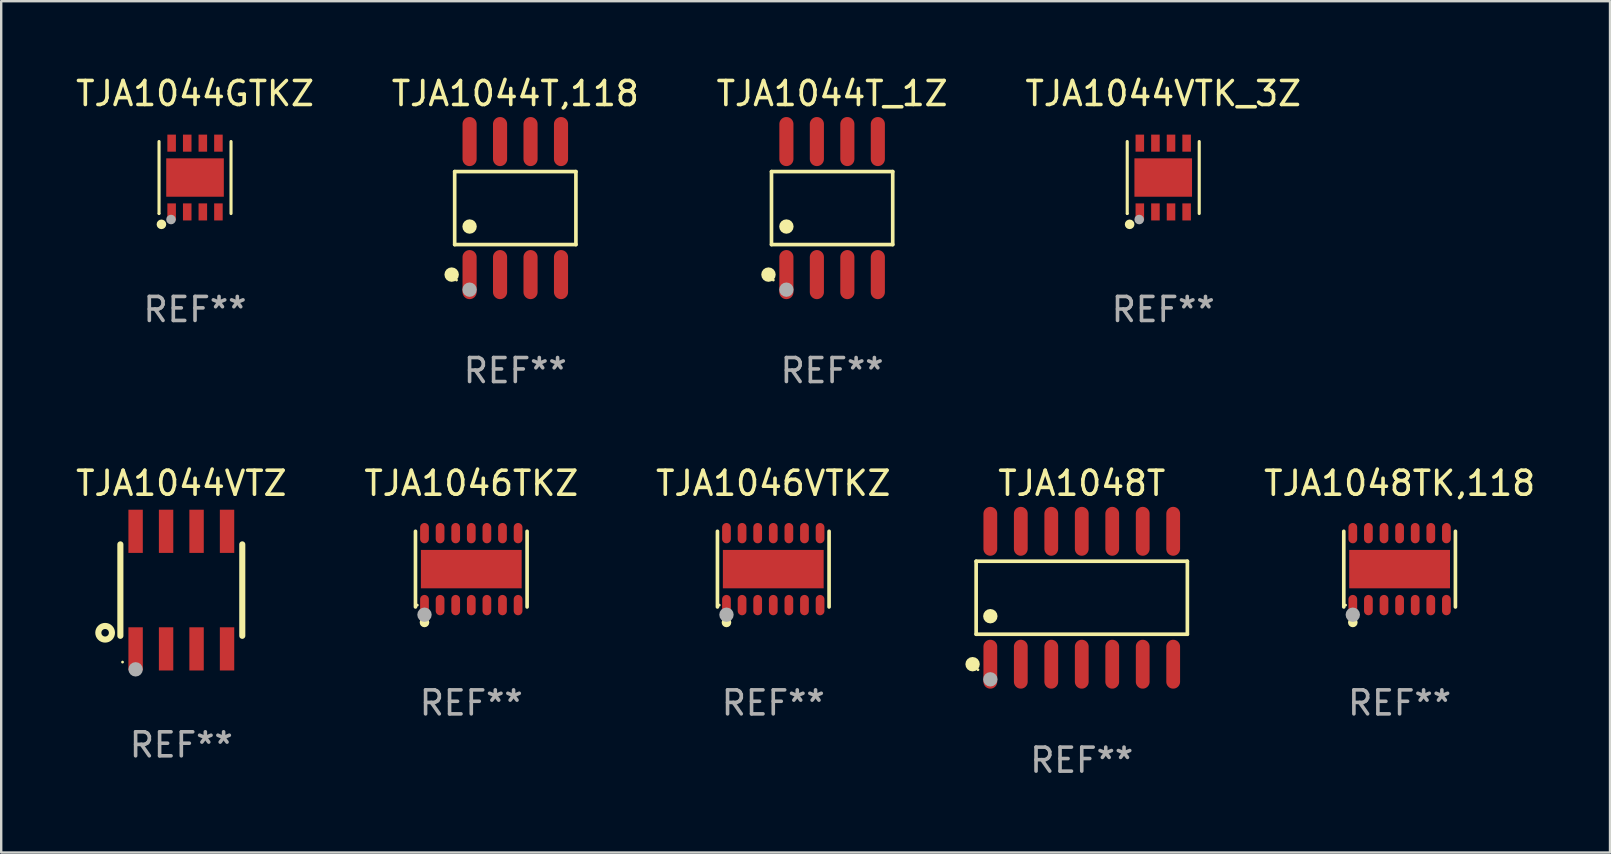
<source format=kicad_pcb>
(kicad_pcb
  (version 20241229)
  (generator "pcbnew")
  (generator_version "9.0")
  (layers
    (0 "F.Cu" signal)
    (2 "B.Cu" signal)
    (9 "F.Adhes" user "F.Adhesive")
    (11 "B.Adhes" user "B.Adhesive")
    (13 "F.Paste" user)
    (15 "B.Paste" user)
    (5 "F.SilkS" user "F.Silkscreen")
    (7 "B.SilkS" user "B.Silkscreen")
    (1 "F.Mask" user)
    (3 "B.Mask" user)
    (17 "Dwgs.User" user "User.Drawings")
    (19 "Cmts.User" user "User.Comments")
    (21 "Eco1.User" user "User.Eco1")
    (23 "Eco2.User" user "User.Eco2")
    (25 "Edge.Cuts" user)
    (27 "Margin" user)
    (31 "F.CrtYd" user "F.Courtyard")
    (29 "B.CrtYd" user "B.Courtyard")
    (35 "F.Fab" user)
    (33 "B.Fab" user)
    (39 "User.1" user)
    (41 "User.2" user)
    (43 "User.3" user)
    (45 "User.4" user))
  (footprint "TJA1044VTZ"
    (layer "F.Cu")
    (at 4.506 21.54)
    (property "Reference" "TJA1044VTZ" (at 0 -4.45 0) (layer "F.SilkS") (effects (font (size 1 1) (thickness 0.15))))
    (attr through_hole)
    (fp_line (start -2.54 -1.905) (end -2.54 1.905) (stroke (width 0.254) (type solid)) (layer "F.SilkS"))
    (fp_line (start 2.54 -1.905) (end 2.54 1.905) (stroke (width 0.254) (type solid)) (layer "F.SilkS"))
    (fp_circle (center -3.175 1.778) (end -2.891 1.778) (stroke (width 0.254) (type solid)) (fill no) (layer "F.SilkS"))
    (fp_circle (center -2.45 3) (end -2.42 3) (stroke (width 0.06) (type solid)) (fill no) (layer "F.SilkS"))
    (fp_circle (center -1.905 3.302) (end -1.755 3.302) (stroke (width 0.3) (type solid)) (fill no) (layer "F.Fab"))
    (fp_text user "REF**" (at 0 6.45 0) (layer "F.Fab") (effects (font (size 1 1) (thickness 0.15))))
    (pad "1" smd rect (at -1.905 2.45) (size 0.6 1.8) (layers "F.Cu" "F.Mask" "F.Paste"))
    (pad "2" smd rect (at -0.635 2.45) (size 0.6 1.8) (layers "F.Cu" "F.Mask" "F.Paste"))
    (pad "3" smd rect (at 0.635 2.45) (size 0.6 1.8) (layers "F.Cu" "F.Mask" "F.Paste"))
    (pad "4" smd rect (at 1.905 2.45) (size 0.6 1.8) (layers "F.Cu" "F.Mask" "F.Paste"))
    (pad "5" smd rect (at 1.905 -2.45 180) (size 0.6 1.8) (layers "F.Cu" "F.Mask" "F.Paste"))
    (pad "6" smd rect (at 0.635 -2.45 180) (size 0.6 1.8) (layers "F.Cu" "F.Mask" "F.Paste"))
    (pad "7" smd rect (at -0.635 -2.45 180) (size 0.6 1.8) (layers "F.Cu" "F.Mask" "F.Paste"))
    (pad "8" smd rect (at -1.905 -2.45 180) (size 0.6 1.8) (layers "F.Cu" "F.Mask" "F.Paste")))
  (footprint "TJA1044T_1Z"
    (layer "F.Cu")
    (at 31.625 5.621)
    (property "Reference" "TJA1044T_1Z" (at 0 -4.772 0) (layer "F.SilkS") (effects (font (size 1 1) (thickness 0.15))))
    (attr through_hole)
    (fp_line (start -2.526 -1.521) (end 2.526 -1.521) (stroke (width 0.152) (type solid)) (layer "F.SilkS"))
    (fp_line (start -2.526 1.521) (end -2.526 -1.521) (stroke (width 0.152) (type solid)) (layer "F.SilkS"))
    (fp_line (start 2.526 -1.521) (end 2.526 1.521) (stroke (width 0.152) (type solid)) (layer "F.SilkS"))
    (fp_line (start 2.526 1.521) (end -2.526 1.521) (stroke (width 0.152) (type solid)) (layer "F.SilkS"))
    (fp_circle (center -2.652 2.772) (end -2.501 2.772) (stroke (width 0.3) (type solid)) (fill no) (layer "F.SilkS"))
    (fp_circle (center -2.45 3) (end -2.42 3) (stroke (width 0.06) (type solid)) (fill no) (layer "F.SilkS"))
    (fp_circle (center -1.905 0.769) (end -1.755 0.769) (stroke (width 0.3) (type solid)) (fill no) (layer "F.SilkS"))
    (fp_circle (center -1.905 3.4) (end -1.755 3.4) (stroke (width 0.3) (type solid)) (fill no) (layer "F.Fab"))
    (fp_text user "REF**" (at 0 6.772 0) (layer "F.Fab") (effects (font (size 1 1) (thickness 0.15))))
    (pad "1" smd oval (at -1.905 2.772) (size 0.588 2.045) (layers "F.Cu" "F.Mask" "F.Paste"))
    (pad "2" smd oval (at -0.635 2.772) (size 0.588 2.045) (layers "F.Cu" "F.Mask" "F.Paste"))
    (pad "3" smd oval (at 0.635 2.772) (size 0.588 2.045) (layers "F.Cu" "F.Mask" "F.Paste"))
    (pad "4" smd oval (at 1.905 2.772) (size 0.588 2.045) (layers "F.Cu" "F.Mask" "F.Paste"))
    (pad "5" smd oval (at 1.905 -2.772) (size 0.588 2.045) (layers "F.Cu" "F.Mask" "F.Paste"))
    (pad "6" smd oval (at 0.635 -2.772) (size 0.588 2.045) (layers "F.Cu" "F.Mask" "F.Paste"))
    (pad "7" smd oval (at -0.635 -2.772) (size 0.588 2.045) (layers "F.Cu" "F.Mask" "F.Paste"))
    (pad "8" smd oval (at -1.905 -2.772) (size 0.588 2.045) (layers "F.Cu" "F.Mask" "F.Paste")))
  (footprint "TJA1048T"
    (layer "F.Cu")
    (at 42.028 21.859)
    (property "Reference" "TJA1048T" (at 0 -4.769 0) (layer "F.SilkS") (effects (font (size 1 1) (thickness 0.15))))
    (attr through_hole)
    (fp_line (start -4.401 -1.521) (end 4.401 -1.521) (stroke (width 0.152) (type solid)) (layer "F.SilkS"))
    (fp_line (start -4.401 1.521) (end -4.401 -1.521) (stroke (width 0.152) (type solid)) (layer "F.SilkS"))
    (fp_line (start 4.401 -1.521) (end 4.401 1.521) (stroke (width 0.152) (type solid)) (layer "F.SilkS"))
    (fp_line (start 4.401 1.521) (end -4.401 1.521) (stroke (width 0.152) (type solid)) (layer "F.SilkS"))
    (fp_circle (center -4.549 2.769) (end -4.399 2.769) (stroke (width 0.3) (type solid)) (fill no) (layer "F.SilkS"))
    (fp_circle (center -4.325 3) (end -4.295 3) (stroke (width 0.06) (type solid)) (fill no) (layer "F.SilkS"))
    (fp_circle (center -3.81 0.769) (end -3.66 0.769) (stroke (width 0.3) (type solid)) (fill no) (layer "F.SilkS"))
    (fp_circle (center -3.81 3.4) (end -3.66 3.4) (stroke (width 0.3) (type solid)) (fill no) (layer "F.Fab"))
    (fp_text user "REF**" (at 0 6.769 0) (layer "F.Fab") (effects (font (size 1 1) (thickness 0.15))))
    (pad "1" smd oval (at -3.81 2.769) (size 0.574 2.038) (layers "F.Cu" "F.Mask" "F.Paste"))
    (pad "2" smd oval (at -2.54 2.769) (size 0.574 2.038) (layers "F.Cu" "F.Mask" "F.Paste"))
    (pad "3" smd oval (at -1.27 2.769) (size 0.574 2.038) (layers "F.Cu" "F.Mask" "F.Paste"))
    (pad "4" smd oval (at 0 2.769) (size 0.574 2.038) (layers "F.Cu" "F.Mask" "F.Paste"))
    (pad "5" smd oval (at 1.27 2.769) (size 0.574 2.038) (layers "F.Cu" "F.Mask" "F.Paste"))
    (pad "6" smd oval (at 2.54 2.769) (size 0.574 2.038) (layers "F.Cu" "F.Mask" "F.Paste"))
    (pad "7" smd oval (at 3.81 2.769) (size 0.574 2.038) (layers "F.Cu" "F.Mask" "F.Paste"))
    (pad "8" smd oval (at 3.81 -2.769) (size 0.574 2.038) (layers "F.Cu" "F.Mask" "F.Paste"))
    (pad "9" smd oval (at 2.54 -2.769) (size 0.574 2.038) (layers "F.Cu" "F.Mask" "F.Paste"))
    (pad "10" smd oval (at 1.27 -2.769) (size 0.574 2.038) (layers "F.Cu" "F.Mask" "F.Paste"))
    (pad "11" smd oval (at 0 -2.769) (size 0.574 2.038) (layers "F.Cu" "F.Mask" "F.Paste"))
    (pad "12" smd oval (at -1.27 -2.769) (size 0.574 2.038) (layers "F.Cu" "F.Mask" "F.Paste"))
    (pad "13" smd oval (at -2.54 -2.769) (size 0.574 2.038) (layers "F.Cu" "F.Mask" "F.Paste"))
    (pad "14" smd oval (at -3.81 -2.769) (size 0.574 2.038) (layers "F.Cu" "F.Mask" "F.Paste")))
  (footprint "TJA1044VTK_3Z"
    (layer "F.Cu")
    (at 45.423 4.348)
    (property "Reference" "TJA1044VTK_3Z" (at 0 -3.5 0) (layer "F.SilkS") (effects (font (size 1 1) (thickness 0.15))))
    (attr through_hole)
    (fp_line (start -1.5 1.5) (end -1.5 -1.5) (stroke (width 0.129) (type solid)) (layer "F.SilkS"))
    (fp_line (start 1.5 -1.5) (end 1.5 1.5) (stroke (width 0.129) (type solid)) (layer "F.SilkS"))
    (fp_circle (center -1.5 1.5) (end -1.47 1.5) (stroke (width 0.06) (type solid)) (fill no) (layer "F.SilkS"))
    (fp_circle (center -1.4 1.95) (end -1.3 1.95) (stroke (width 0.2) (type solid)) (fill no) (layer "F.SilkS"))
    (fp_circle (center -1 1.75) (end -0.9 1.75) (stroke (width 0.2) (type solid)) (fill no) (layer "F.Fab"))
    (fp_text user "REF**" (at 0 5.5 0) (layer "F.Fab") (effects (font (size 1 1) (thickness 0.15))))
    (pad "1" smd rect (at -0.975 1.433) (size 0.356 0.711) (layers "F.Cu" "F.Mask" "F.Paste"))
    (pad "2" smd rect (at -0.325 1.433) (size 0.356 0.711) (layers "F.Cu" "F.Mask" "F.Paste"))
    (pad "3" smd rect (at 0.325 1.433) (size 0.356 0.711) (layers "F.Cu" "F.Mask" "F.Paste"))
    (pad "4" smd rect (at 0.975 1.433) (size 0.356 0.711) (layers "F.Cu" "F.Mask" "F.Paste"))
    (pad "5" smd rect (at 0.975 -1.433) (size 0.356 0.711) (layers "F.Cu" "F.Mask" "F.Paste"))
    (pad "6" smd rect (at 0.325 -1.433) (size 0.356 0.711) (layers "F.Cu" "F.Mask" "F.Paste"))
    (pad "7" smd rect (at -0.325 -1.433) (size 0.356 0.711) (layers "F.Cu" "F.Mask" "F.Paste"))
    (pad "8" smd rect (at -0.975 -1.433) (size 0.356 0.711) (layers "F.Cu" "F.Mask" "F.Paste"))
    (pad "9" smd rect (at 0 0) (size 2.4 1.6) (layers "F.Cu" "F.Mask" "F.Paste")))
  (footprint "TJA1046VTKZ"
    (layer "F.Cu")
    (at 29.173 20.666)
    (property "Reference" "TJA1046VTKZ" (at 0 -3.576 0) (layer "F.SilkS") (effects (font (size 1 1) (thickness 0.15))))
    (attr through_hole)
    (fp_line (start -2.326 1.576) (end -2.326 -1.576) (stroke (width 0.152) (type solid)) (layer "F.SilkS"))
    (fp_line (start 2.326 -1.576) (end 2.326 1.576) (stroke (width 0.152) (type solid)) (layer "F.SilkS"))
    (fp_circle (center -2.25 1.5) (end -2.22 1.5) (stroke (width 0.06) (type solid)) (fill no) (layer "F.SilkS"))
    (fp_circle (center -1.95 2.222) (end -1.85 2.222) (stroke (width 0.2) (type solid)) (fill no) (layer "F.SilkS"))
    (fp_circle (center -1.95 1.9) (end -1.8 1.9) (stroke (width 0.3) (type solid)) (fill no) (layer "F.Fab"))
    (fp_text user "REF**" (at 0 5.576 0) (layer "F.Fab") (effects (font (size 1 1) (thickness 0.15))))
    (pad "1" smd oval (at -1.95 1.499) (size 0.364 0.847) (layers "F.Cu" "F.Mask" "F.Paste"))
    (pad "2" smd oval (at -1.3 1.499) (size 0.364 0.847) (layers "F.Cu" "F.Mask" "F.Paste"))
    (pad "3" smd oval (at -0.65 1.499) (size 0.364 0.847) (layers "F.Cu" "F.Mask" "F.Paste"))
    (pad "4" smd oval (at 0 1.499) (size 0.364 0.847) (layers "F.Cu" "F.Mask" "F.Paste"))
    (pad "5" smd oval (at 0.65 1.499) (size 0.364 0.847) (layers "F.Cu" "F.Mask" "F.Paste"))
    (pad "6" smd oval (at 1.3 1.499) (size 0.364 0.847) (layers "F.Cu" "F.Mask" "F.Paste"))
    (pad "7" smd oval (at 1.95 1.499) (size 0.364 0.847) (layers "F.Cu" "F.Mask" "F.Paste"))
    (pad "8" smd oval (at 1.95 -1.499) (size 0.364 0.847) (layers "F.Cu" "F.Mask" "F.Paste"))
    (pad "9" smd oval (at 1.3 -1.499) (size 0.364 0.847) (layers "F.Cu" "F.Mask" "F.Paste"))
    (pad "10" smd oval (at 0.65 -1.499) (size 0.364 0.847) (layers "F.Cu" "F.Mask" "F.Paste"))
    (pad "11" smd oval (at 0 -1.499) (size 0.364 0.847) (layers "F.Cu" "F.Mask" "F.Paste"))
    (pad "12" smd oval (at -0.65 -1.499) (size 0.364 0.847) (layers "F.Cu" "F.Mask" "F.Paste"))
    (pad "13" smd oval (at -1.3 -1.499) (size 0.364 0.847) (layers "F.Cu" "F.Mask" "F.Paste"))
    (pad "14" smd oval (at -1.95 -1.499) (size 0.364 0.847) (layers "F.Cu" "F.Mask" "F.Paste"))
    (pad "15" smd rect (at 0 0) (size 4.2 1.6) (layers "F.Cu" "F.Mask" "F.Paste")))
  (footprint "TJA1044GTKZ"
    (layer "F.Cu")
    (at 5.077 4.348)
    (property "Reference" "TJA1044GTKZ" (at 0 -3.5 0) (layer "F.SilkS") (effects (font (size 1 1) (thickness 0.15))))
    (attr through_hole)
    (fp_line (start -1.5 1.5) (end -1.5 -1.5) (stroke (width 0.129) (type solid)) (layer "F.SilkS"))
    (fp_line (start 1.5 -1.5) (end 1.5 1.5) (stroke (width 0.129) (type solid)) (layer "F.SilkS"))
    (fp_circle (center -1.5 1.5) (end -1.47 1.5) (stroke (width 0.06) (type solid)) (fill no) (layer "F.SilkS"))
    (fp_circle (center -1.4 1.95) (end -1.3 1.95) (stroke (width 0.2) (type solid)) (fill no) (layer "F.SilkS"))
    (fp_circle (center -1 1.75) (end -0.9 1.75) (stroke (width 0.2) (type solid)) (fill no) (layer "F.Fab"))
    (fp_text user "REF**" (at 0 5.5 0) (layer "F.Fab") (effects (font (size 1 1) (thickness 0.15))))
    (pad "1" smd rect (at -0.975 1.433) (size 0.356 0.711) (layers "F.Cu" "F.Mask" "F.Paste"))
    (pad "2" smd rect (at -0.325 1.433) (size 0.356 0.711) (layers "F.Cu" "F.Mask" "F.Paste"))
    (pad "3" smd rect (at 0.325 1.433) (size 0.356 0.711) (layers "F.Cu" "F.Mask" "F.Paste"))
    (pad "4" smd rect (at 0.975 1.433) (size 0.356 0.711) (layers "F.Cu" "F.Mask" "F.Paste"))
    (pad "5" smd rect (at 0.975 -1.433) (size 0.356 0.711) (layers "F.Cu" "F.Mask" "F.Paste"))
    (pad "6" smd rect (at 0.325 -1.433) (size 0.356 0.711) (layers "F.Cu" "F.Mask" "F.Paste"))
    (pad "7" smd rect (at -0.325 -1.433) (size 0.356 0.711) (layers "F.Cu" "F.Mask" "F.Paste"))
    (pad "8" smd rect (at -0.975 -1.433) (size 0.356 0.711) (layers "F.Cu" "F.Mask" "F.Paste"))
    (pad "9" smd rect (at 0 0) (size 2.4 1.6) (layers "F.Cu" "F.Mask" "F.Paste")))
  (footprint "TJA1044T,118"
    (layer "F.Cu")
    (at 18.423 5.621)
    (property "Reference" "TJA1044T,118" (at 0 -4.772 0) (layer "F.SilkS") (effects (font (size 1 1) (thickness 0.15))))
    (attr through_hole)
    (fp_line (start -2.526 -1.521) (end 2.526 -1.521) (stroke (width 0.152) (type solid)) (layer "F.SilkS"))
    (fp_line (start -2.526 1.521) (end -2.526 -1.521) (stroke (width 0.152) (type solid)) (layer "F.SilkS"))
    (fp_line (start 2.526 -1.521) (end 2.526 1.521) (stroke (width 0.152) (type solid)) (layer "F.SilkS"))
    (fp_line (start 2.526 1.521) (end -2.526 1.521) (stroke (width 0.152) (type solid)) (layer "F.SilkS"))
    (fp_circle (center -2.652 2.772) (end -2.501 2.772) (stroke (width 0.3) (type solid)) (fill no) (layer "F.SilkS"))
    (fp_circle (center -2.45 3) (end -2.42 3) (stroke (width 0.06) (type solid)) (fill no) (layer "F.SilkS"))
    (fp_circle (center -1.905 0.769) (end -1.755 0.769) (stroke (width 0.3) (type solid)) (fill no) (layer "F.SilkS"))
    (fp_circle (center -1.905 3.4) (end -1.755 3.4) (stroke (width 0.3) (type solid)) (fill no) (layer "F.Fab"))
    (fp_text user "REF**" (at 0 6.772 0) (layer "F.Fab") (effects (font (size 1 1) (thickness 0.15))))
    (pad "1" smd oval (at -1.905 2.772) (size 0.588 2.045) (layers "F.Cu" "F.Mask" "F.Paste"))
    (pad "2" smd oval (at -0.635 2.772) (size 0.588 2.045) (layers "F.Cu" "F.Mask" "F.Paste"))
    (pad "3" smd oval (at 0.635 2.772) (size 0.588 2.045) (layers "F.Cu" "F.Mask" "F.Paste"))
    (pad "4" smd oval (at 1.905 2.772) (size 0.588 2.045) (layers "F.Cu" "F.Mask" "F.Paste"))
    (pad "5" smd oval (at 1.905 -2.772) (size 0.588 2.045) (layers "F.Cu" "F.Mask" "F.Paste"))
    (pad "6" smd oval (at 0.635 -2.772) (size 0.588 2.045) (layers "F.Cu" "F.Mask" "F.Paste"))
    (pad "7" smd oval (at -0.635 -2.772) (size 0.588 2.045) (layers "F.Cu" "F.Mask" "F.Paste"))
    (pad "8" smd oval (at -1.905 -2.772) (size 0.588 2.045) (layers "F.Cu" "F.Mask" "F.Paste")))
  (footprint "TJA1046TKZ"
    (layer "F.Cu")
    (at 16.589 20.666)
    (property "Reference" "TJA1046TKZ" (at 0 -3.576 0) (layer "F.SilkS") (effects (font (size 1 1) (thickness 0.15))))
    (attr through_hole)
    (fp_line (start -2.326 1.576) (end -2.326 -1.576) (stroke (width 0.152) (type solid)) (layer "F.SilkS"))
    (fp_line (start 2.326 -1.576) (end 2.326 1.576) (stroke (width 0.152) (type solid)) (layer "F.SilkS"))
    (fp_circle (center -2.25 1.5) (end -2.22 1.5) (stroke (width 0.06) (type solid)) (fill no) (layer "F.SilkS"))
    (fp_circle (center -1.95 2.222) (end -1.85 2.222) (stroke (width 0.2) (type solid)) (fill no) (layer "F.SilkS"))
    (fp_circle (center -1.95 1.9) (end -1.8 1.9) (stroke (width 0.3) (type solid)) (fill no) (layer "F.Fab"))
    (fp_text user "REF**" (at 0 5.576 0) (layer "F.Fab") (effects (font (size 1 1) (thickness 0.15))))
    (pad "1" smd oval (at -1.95 1.499) (size 0.364 0.847) (layers "F.Cu" "F.Mask" "F.Paste"))
    (pad "2" smd oval (at -1.3 1.499) (size 0.364 0.847) (layers "F.Cu" "F.Mask" "F.Paste"))
    (pad "3" smd oval (at -0.65 1.499) (size 0.364 0.847) (layers "F.Cu" "F.Mask" "F.Paste"))
    (pad "4" smd oval (at 0 1.499) (size 0.364 0.847) (layers "F.Cu" "F.Mask" "F.Paste"))
    (pad "5" smd oval (at 0.65 1.499) (size 0.364 0.847) (layers "F.Cu" "F.Mask" "F.Paste"))
    (pad "6" smd oval (at 1.3 1.499) (size 0.364 0.847) (layers "F.Cu" "F.Mask" "F.Paste"))
    (pad "7" smd oval (at 1.95 1.499) (size 0.364 0.847) (layers "F.Cu" "F.Mask" "F.Paste"))
    (pad "8" smd oval (at 1.95 -1.499) (size 0.364 0.847) (layers "F.Cu" "F.Mask" "F.Paste"))
    (pad "9" smd oval (at 1.3 -1.499) (size 0.364 0.847) (layers "F.Cu" "F.Mask" "F.Paste"))
    (pad "10" smd oval (at 0.65 -1.499) (size 0.364 0.847) (layers "F.Cu" "F.Mask" "F.Paste"))
    (pad "11" smd oval (at 0 -1.499) (size 0.364 0.847) (layers "F.Cu" "F.Mask" "F.Paste"))
    (pad "12" smd oval (at -0.65 -1.499) (size 0.364 0.847) (layers "F.Cu" "F.Mask" "F.Paste"))
    (pad "13" smd oval (at -1.3 -1.499) (size 0.364 0.847) (layers "F.Cu" "F.Mask" "F.Paste"))
    (pad "14" smd oval (at -1.95 -1.499) (size 0.364 0.847) (layers "F.Cu" "F.Mask" "F.Paste"))
    (pad "15" smd rect (at 0 0) (size 4.2 1.6) (layers "F.Cu" "F.Mask" "F.Paste")))
  (footprint "TJA1048TK,118"
    (layer "F.Cu")
    (at 55.273 20.666)
    (property "Reference" "TJA1048TK,118" (at 0 -3.576 0) (layer "F.SilkS") (effects (font (size 1 1) (thickness 0.15))))
    (attr through_hole)
    (fp_line (start -2.326 1.576) (end -2.326 -1.576) (stroke (width 0.152) (type solid)) (layer "F.SilkS"))
    (fp_line (start 2.326 -1.576) (end 2.326 1.576) (stroke (width 0.152) (type solid)) (layer "F.SilkS"))
    (fp_circle (center -2.25 1.5) (end -2.22 1.5) (stroke (width 0.06) (type solid)) (fill no) (layer "F.SilkS"))
    (fp_circle (center -1.95 2.222) (end -1.85 2.222) (stroke (width 0.2) (type solid)) (fill no) (layer "F.SilkS"))
    (fp_circle (center -1.95 1.9) (end -1.8 1.9) (stroke (width 0.3) (type solid)) (fill no) (layer "F.Fab"))
    (fp_text user "REF**" (at 0 5.576 0) (layer "F.Fab") (effects (font (size 1 1) (thickness 0.15))))
    (pad "1" smd oval (at -1.95 1.499) (size 0.364 0.847) (layers "F.Cu" "F.Mask" "F.Paste"))
    (pad "2" smd oval (at -1.3 1.499) (size 0.364 0.847) (layers "F.Cu" "F.Mask" "F.Paste"))
    (pad "3" smd oval (at -0.65 1.499) (size 0.364 0.847) (layers "F.Cu" "F.Mask" "F.Paste"))
    (pad "4" smd oval (at 0 1.499) (size 0.364 0.847) (layers "F.Cu" "F.Mask" "F.Paste"))
    (pad "5" smd oval (at 0.65 1.499) (size 0.364 0.847) (layers "F.Cu" "F.Mask" "F.Paste"))
    (pad "6" smd oval (at 1.3 1.499) (size 0.364 0.847) (layers "F.Cu" "F.Mask" "F.Paste"))
    (pad "7" smd oval (at 1.95 1.499) (size 0.364 0.847) (layers "F.Cu" "F.Mask" "F.Paste"))
    (pad "8" smd oval (at 1.95 -1.499) (size 0.364 0.847) (layers "F.Cu" "F.Mask" "F.Paste"))
    (pad "9" smd oval (at 1.3 -1.499) (size 0.364 0.847) (layers "F.Cu" "F.Mask" "F.Paste"))
    (pad "10" smd oval (at 0.65 -1.499) (size 0.364 0.847) (layers "F.Cu" "F.Mask" "F.Paste"))
    (pad "11" smd oval (at 0 -1.499) (size 0.364 0.847) (layers "F.Cu" "F.Mask" "F.Paste"))
    (pad "12" smd oval (at -0.65 -1.499) (size 0.364 0.847) (layers "F.Cu" "F.Mask" "F.Paste"))
    (pad "13" smd oval (at -1.3 -1.499) (size 0.364 0.847) (layers "F.Cu" "F.Mask" "F.Paste"))
    (pad "14" smd oval (at -1.95 -1.499) (size 0.364 0.847) (layers "F.Cu" "F.Mask" "F.Paste"))
    (pad "15" smd rect (at 0 0) (size 4.2 1.6) (layers "F.Cu" "F.Mask" "F.Paste")))
  (gr_rect
    (start -3 -3)
    (end 64.041 32.476)
    (stroke (width 0.1) (type default))
    (fill no)
    (layer "Edge.Cuts")))
</source>
